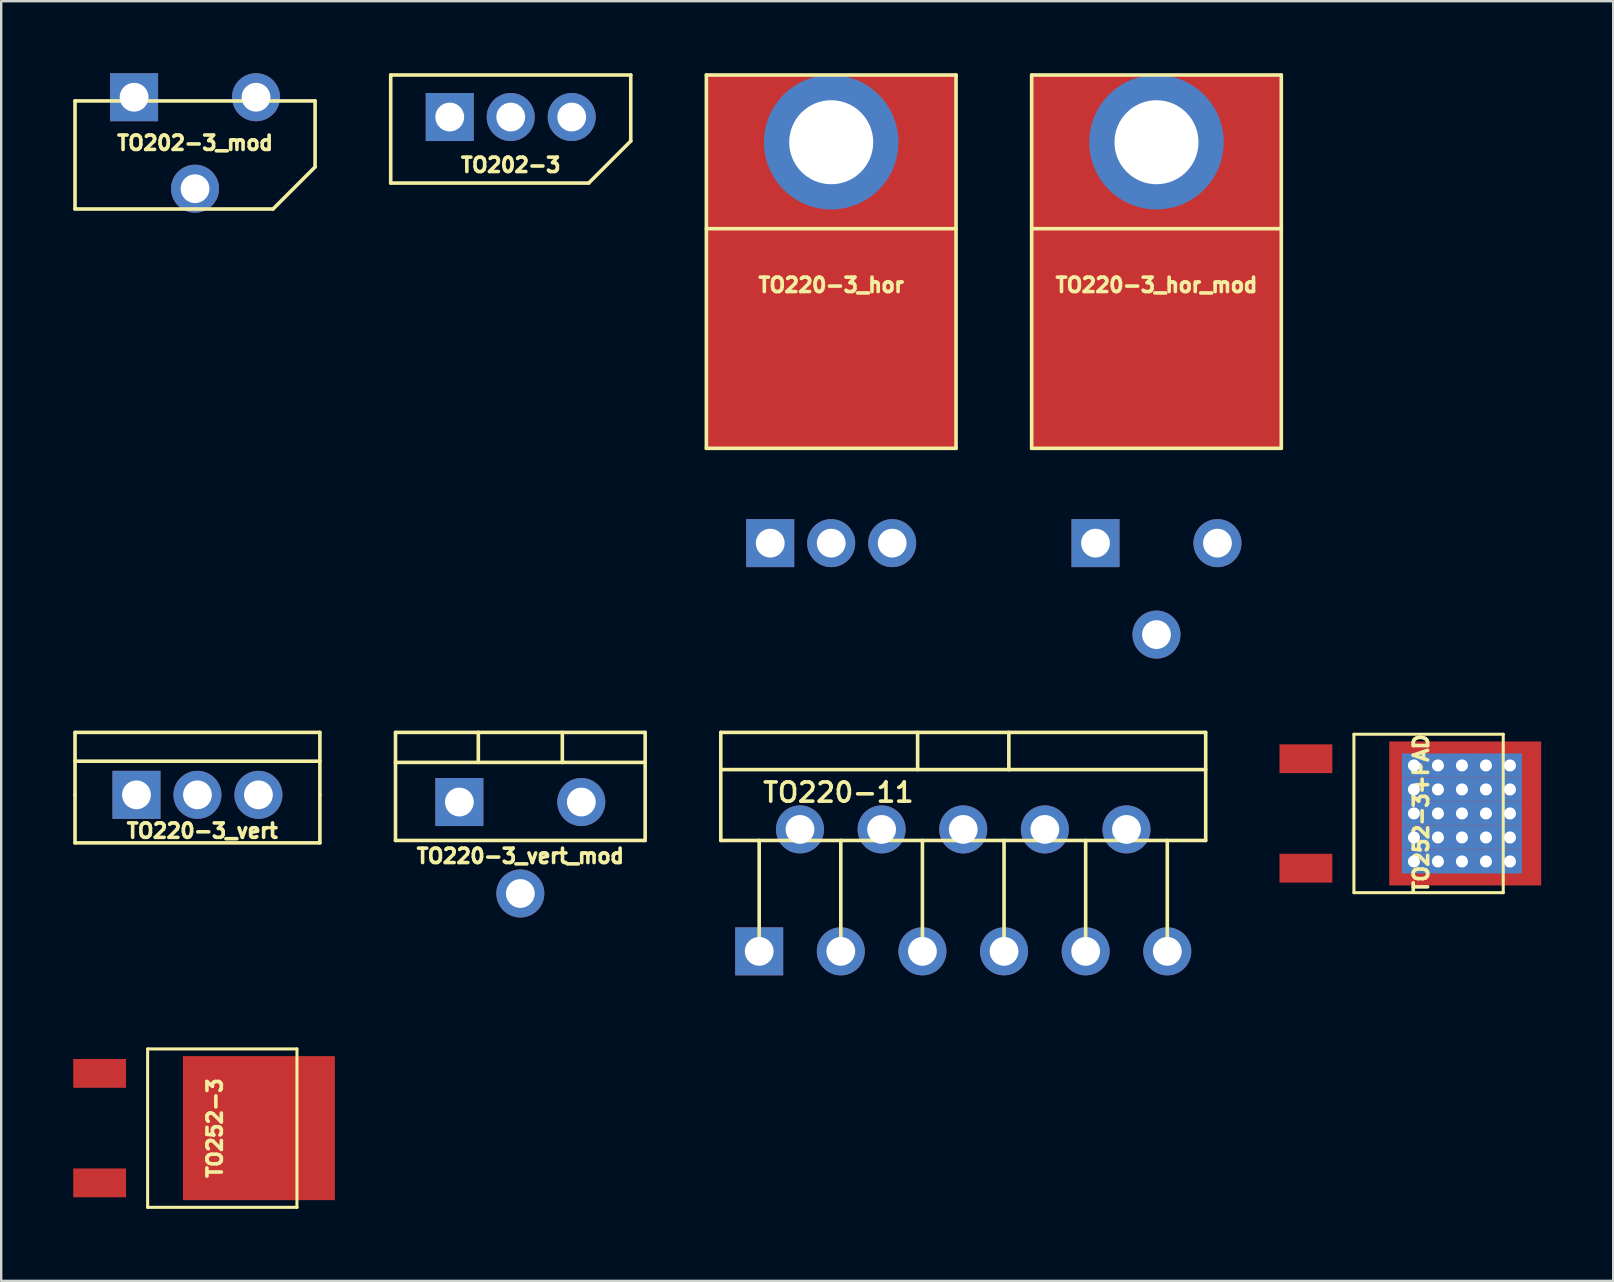
<source format=kicad_pcb>
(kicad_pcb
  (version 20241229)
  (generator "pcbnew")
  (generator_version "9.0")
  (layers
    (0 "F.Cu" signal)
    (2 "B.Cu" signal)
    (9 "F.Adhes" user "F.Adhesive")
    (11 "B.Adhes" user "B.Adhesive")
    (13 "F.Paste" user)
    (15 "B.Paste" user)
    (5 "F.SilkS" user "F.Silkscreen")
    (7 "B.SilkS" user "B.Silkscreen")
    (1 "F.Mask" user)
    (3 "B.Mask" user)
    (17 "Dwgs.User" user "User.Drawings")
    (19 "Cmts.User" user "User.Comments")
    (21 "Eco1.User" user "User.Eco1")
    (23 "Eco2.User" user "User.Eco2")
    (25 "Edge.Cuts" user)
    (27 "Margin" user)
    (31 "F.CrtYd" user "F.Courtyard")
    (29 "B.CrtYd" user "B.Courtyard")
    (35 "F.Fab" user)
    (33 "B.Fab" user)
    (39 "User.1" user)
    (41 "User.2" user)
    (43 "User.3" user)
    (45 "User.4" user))
  (footprint "TO220-11"
    (layer "F.Cu")
    (at 37.075 31.96)
    (property "Reference" "TO220-11" (at -5.2 -2 0) (layer "F.SilkS") (effects (font (size 0.8 0.8) (thickness 0.15))))
    (attr through_hole)
    (fp_line (start -10.1 -4.5) (end -10.1 0) (stroke (width 0.15) (type solid)) (layer "F.SilkS"))
    (fp_line (start -10.1 -2.95) (end 10.1 -2.95) (stroke (width 0.15) (type solid)) (layer "F.SilkS"))
    (fp_line (start -10.1 0) (end 10.1 0) (stroke (width 0.15) (type solid)) (layer "F.SilkS"))
    (fp_line (start -8.5 0) (end -8.5 4.62) (stroke (width 0.15) (type solid)) (layer "F.SilkS"))
    (fp_line (start -5.1 0) (end -5.1 4.62) (stroke (width 0.15) (type solid)) (layer "F.SilkS"))
    (fp_line (start -1.9 -4.5) (end -1.9 -2.95) (stroke (width 0.15) (type solid)) (layer "F.SilkS"))
    (fp_line (start -1.7 0) (end -1.7 4.62) (stroke (width 0.15) (type solid)) (layer "F.SilkS"))
    (fp_line (start 1.7 0) (end 1.7 4.62) (stroke (width 0.15) (type solid)) (layer "F.SilkS"))
    (fp_line (start 1.9 -4.5) (end 1.9 -2.95) (stroke (width 0.15) (type solid)) (layer "F.SilkS"))
    (fp_line (start 5.1 0) (end 5.1 4.62) (stroke (width 0.15) (type solid)) (layer "F.SilkS"))
    (fp_line (start 8.5 0) (end 8.5 4.62) (stroke (width 0.15) (type solid)) (layer "F.SilkS"))
    (fp_line (start 10.1 -4.5) (end -10.1 -4.5) (stroke (width 0.15) (type solid)) (layer "F.SilkS"))
    (fp_line (start 10.1 0) (end 10.1 -4.5) (stroke (width 0.15) (type solid)) (layer "F.SilkS"))
    (pad "1" thru_hole rect (at -8.5 4.62) (size 2 2) (drill 1.2) (layers "*.Cu" "*.Mask"))
    (pad "2" thru_hole oval (at -6.8 -0.46) (size 2 2) (drill 1.2) (layers "*.Cu" "*.Mask"))
    (pad "3" thru_hole oval (at -5.1 4.62) (size 2 2) (drill 1.2) (layers "*.Cu" "*.Mask"))
    (pad "4" thru_hole oval (at -3.4 -0.46) (size 2 2) (drill 1.2) (layers "*.Cu" "*.Mask"))
    (pad "5" thru_hole oval (at -1.7 4.62) (size 2 2) (drill 1.2) (layers "*.Cu" "*.Mask"))
    (pad "6" thru_hole oval (at 0 -0.46) (size 2 2) (drill 1.2) (layers "*.Cu" "*.Mask"))
    (pad "7" thru_hole oval (at 1.7 4.62) (size 2 2) (drill 1.2) (layers "*.Cu" "*.Mask"))
    (pad "8" thru_hole oval (at 3.4 -0.46) (size 2 2) (drill 1.2) (layers "*.Cu" "*.Mask"))
    (pad "9" thru_hole oval (at 5.1 4.62) (size 2 2) (drill 1.2) (layers "*.Cu" "*.Mask"))
    (pad "10" thru_hole oval (at 6.8 -0.46) (size 2 2) (drill 1.2) (layers "*.Cu" "*.Mask"))
    (pad "11" thru_hole oval (at 8.5 4.62) (size 2 2) (drill 1.2) (layers "*.Cu" "*.Mask")))
  (footprint "TO220-3_vert_mod"
    (layer "F.Cu")
    (at 18.625 30.36)
    (property "Reference" "TO220-3_vert_mod" (at 0 2.25 0) (layer "F.SilkS") (effects (font (size 0.6 0.6) (thickness 0.15))))
    (attr through_hole)
    (fp_line (start -5.2 -2.9) (end 5.2 -2.9) (stroke (width 0.15) (type solid)) (layer "F.SilkS"))
    (fp_line (start -5.2 1.6) (end -5.2 -2.9) (stroke (width 0.15) (type solid)) (layer "F.SilkS"))
    (fp_line (start -1.75 -2.9) (end -1.75 -1.65) (stroke (width 0.15) (type solid)) (layer "F.SilkS"))
    (fp_line (start 1.75 -2.9) (end 1.75 -1.65) (stroke (width 0.15) (type solid)) (layer "F.SilkS"))
    (fp_line (start 5.2 -2.9) (end 5.2 1.6) (stroke (width 0.15) (type solid)) (layer "F.SilkS"))
    (fp_line (start 5.2 -1.65) (end -5.2 -1.65) (stroke (width 0.15) (type solid)) (layer "F.SilkS"))
    (fp_line (start 5.2 1.6) (end -5.2 1.6) (stroke (width 0.15) (type solid)) (layer "F.SilkS"))
    (pad "1" thru_hole rect (at -2.54 0) (size 2 2) (drill 1.2) (layers "*.Cu" "*.Mask"))
    (pad "2" thru_hole circle (at 0 3.81) (size 2 2) (drill 1.2) (layers "*.Cu" "*.Mask"))
    (pad "3" thru_hole circle (at 2.54 0) (size 2 2) (drill 1.2) (layers "*.Cu" "*.Mask")))
  (footprint "TO220-3_hor_mod"
    (layer "F.Cu")
    (at 45.125 19.575)
    (property "Reference" "TO220-3_hor_mod" (at 0 -10.75 0) (layer "F.SilkS") (effects (font (size 0.6 0.6) (thickness 0.15))))
    (attr through_hole)
    (fp_line (start -5.2 -19.5) (end -5.2 -3.95) (stroke (width 0.15) (type solid)) (layer "F.SilkS"))
    (fp_line (start -5.2 -19.5) (end 5.2 -19.5) (stroke (width 0.15) (type solid)) (layer "F.SilkS"))
    (fp_line (start 5.2 -19.5) (end 5.2 -3.95) (stroke (width 0.15) (type solid)) (layer "F.SilkS"))
    (fp_line (start 5.2 -13.1) (end -5.2 -13.1) (stroke (width 0.15) (type solid)) (layer "F.SilkS"))
    (fp_line (start 5.2 -3.95) (end -5.2 -3.95) (stroke (width 0.15) (type solid)) (layer "F.SilkS"))
    (pad "" thru_hole circle (at 0 -16.7) (size 5.6 5.6) (drill 3.5) (layers "*.Cu" "*.Mask"))
    (pad "" smd rect (at 0 -11.725) (size 10.4 15.55) (layers "F.Cu" "F.Mask"))
    (pad "1" thru_hole rect (at -2.54 0) (size 2 2) (drill 1.2) (layers "*.Cu" "*.Mask"))
    (pad "2" thru_hole circle (at 0 3.81) (size 2 2) (drill 1.2) (layers "*.Cu" "*.Mask"))
    (pad "3" thru_hole circle (at 2.54 0) (size 2 2) (drill 1.2) (layers "*.Cu" "*.Mask")))
  (footprint "TO220-3_vert"
    (layer "F.Cu")
    (at 5.175 30.06)
    (property "Reference" "TO220-3_vert" (at 0.2 1.5 0) (layer "F.SilkS") (effects (font (size 0.6 0.6) (thickness 0.15))))
    (attr through_hole)
    (fp_line (start -5.1 -2.6) (end 5.1 -2.6) (stroke (width 0.15) (type solid)) (layer "F.SilkS"))
    (fp_line (start -5.1 0) (end -5.1 -2.6) (stroke (width 0.15) (type solid)) (layer "F.SilkS"))
    (fp_line (start -5.1 2) (end -5.1 0) (stroke (width 0.15) (type solid)) (layer "F.SilkS"))
    (fp_line (start 5.1 -2.6) (end 5.1 0) (stroke (width 0.15) (type solid)) (layer "F.SilkS"))
    (fp_line (start 5.1 -1.4) (end -5.1 -1.4) (stroke (width 0.15) (type solid)) (layer "F.SilkS"))
    (fp_line (start 5.1 0) (end 5.1 2) (stroke (width 0.15) (type solid)) (layer "F.SilkS"))
    (fp_line (start 5.1 2) (end -5.1 2) (stroke (width 0.15) (type solid)) (layer "F.SilkS"))
    (pad "1" thru_hole rect (at -2.54 0) (size 2 2) (drill 1.2) (layers "*.Cu" "*.Mask"))
    (pad "2" thru_hole circle (at 0 0) (size 2 2) (drill 1.2) (layers "*.Cu" "*.Mask"))
    (pad "3" thru_hole circle (at 2.54 0) (size 2 2) (drill 1.2) (layers "*.Cu" "*.Mask")))
  (footprint "TO252-3"
    (layer "F.Cu")
    (at 5.4 43.944)
    (property "Reference" "TO252-3" (at 0.5 0 270) (layer "F.SilkS") (effects (font (size 0.6 0.6) (thickness 0.15))))
    (attr smd)
    (fp_line (start -2.3 -3.3) (end 3.92 -3.3) (stroke (width 0.127) (type solid)) (layer "F.SilkS"))
    (fp_line (start -2.3 3.3) (end -2.3 -3.3) (stroke (width 0.127) (type solid)) (layer "F.SilkS"))
    (fp_line (start 3.92 -3.3) (end 3.92 3.3) (stroke (width 0.127) (type solid)) (layer "F.SilkS"))
    (fp_line (start 3.92 3.3) (end -2.3 3.3) (stroke (width 0.127) (type solid)) (layer "F.SilkS"))
    (pad "1" smd rect (at -4.3 -2.28 90) (size 1.2 2.2) (layers "F.Cu" "F.Mask" "F.Paste"))
    (pad "2" smd rect (at 2.335 0 90) (size 6 6.33) (layers "F.Cu" "F.Mask" "F.Paste"))
    (pad "3" smd rect (at -4.3 2.28 90) (size 1.2 2.2) (layers "F.Cu" "F.Mask" "F.Paste")))
  (footprint "TO252-3+PAD"
    (layer "F.Cu")
    (at 55.65 30.836)
    (property "Reference" "TO252-3+PAD" (at 0.5 0 270) (layer "F.SilkS") (effects (font (size 0.6 0.6) (thickness 0.15))))
    (attr smd)
    (fp_line (start -2.3 -3.3) (end 3.92 -3.3) (stroke (width 0.127) (type solid)) (layer "F.SilkS"))
    (fp_line (start -2.3 3.3) (end -2.3 -3.3) (stroke (width 0.127) (type solid)) (layer "F.SilkS"))
    (fp_line (start 3.92 -3.3) (end 3.92 3.3) (stroke (width 0.127) (type solid)) (layer "F.SilkS"))
    (fp_line (start 3.92 3.3) (end -2.3 3.3) (stroke (width 0.127) (type solid)) (layer "F.SilkS"))
    (pad "1" smd rect (at -4.3 -2.28 90) (size 1.2 2.2) (layers "F.Cu" "F.Mask" "F.Paste"))
    (pad "2" thru_hole rect (at 0.2 -2 270) (size 1 1) (drill 0.5) (layers "*.Cu" "*.Mask" "F.Paste"))
    (pad "2" thru_hole rect (at 0.2 -1 270) (size 1 1) (drill 0.5) (layers "*.Cu" "*.Mask" "F.Paste"))
    (pad "2" thru_hole rect (at 0.2 0 270) (size 1 1) (drill 0.5) (layers "*.Cu" "*.Mask" "F.Paste"))
    (pad "2" thru_hole rect (at 0.2 1 270) (size 1 1) (drill 0.5) (layers "*.Cu" "*.Mask" "F.Paste"))
    (pad "2" thru_hole rect (at 0.2 2 270) (size 1 1) (drill 0.5) (layers "*.Cu" "*.Mask" "F.Paste"))
    (pad "2" thru_hole rect (at 1.2 -2 270) (size 1 1) (drill 0.5) (layers "*.Cu" "*.Mask" "F.Paste"))
    (pad "2" thru_hole rect (at 1.2 -1 270) (size 1 1) (drill 0.5) (layers "*.Cu" "*.Mask" "F.Paste"))
    (pad "2" thru_hole rect (at 1.2 0 270) (size 1 1) (drill 0.5) (layers "*.Cu" "*.Mask" "F.Paste"))
    (pad "2" thru_hole rect (at 1.2 1 270) (size 1 1) (drill 0.5) (layers "*.Cu" "*.Mask" "F.Paste"))
    (pad "2" thru_hole rect (at 1.2 2 270) (size 1 1) (drill 0.5) (layers "*.Cu" "*.Mask" "F.Paste"))
    (pad "2" thru_hole rect (at 2.2 -2 270) (size 1 1) (drill 0.5) (layers "*.Cu" "*.Mask" "F.Paste"))
    (pad "2" thru_hole rect (at 2.2 -1 270) (size 1 1) (drill 0.5) (layers "*.Cu" "*.Mask" "F.Paste"))
    (pad "2" thru_hole rect (at 2.2 0 270) (size 1 1) (drill 0.5) (layers "*.Cu" "*.Mask" "F.Paste"))
    (pad "2" thru_hole rect (at 2.2 1 270) (size 1 1) (drill 0.5) (layers "*.Cu" "*.Mask" "F.Paste"))
    (pad "2" thru_hole rect (at 2.2 2 270) (size 1 1) (drill 0.5) (layers "*.Cu" "*.Mask" "F.Paste"))
    (pad "2" smd rect (at 2.335 0 90) (size 6 6.33) (layers "F.Cu" "F.Mask" "F.Paste"))
    (pad "2" thru_hole rect (at 3.2 -2 270) (size 1 1) (drill 0.5) (layers "*.Cu" "*.Mask" "F.Paste"))
    (pad "2" thru_hole rect (at 3.2 -1 270) (size 1 1) (drill 0.5) (layers "*.Cu" "*.Mask" "F.Paste"))
    (pad "2" thru_hole rect (at 3.2 0 270) (size 1 1) (drill 0.5) (layers "*.Cu" "*.Mask" "F.Paste"))
    (pad "2" thru_hole rect (at 3.2 1 270) (size 1 1) (drill 0.5) (layers "*.Cu" "*.Mask" "F.Paste"))
    (pad "2" thru_hole rect (at 3.2 2 270) (size 1 1) (drill 0.5) (layers "*.Cu" "*.Mask" "F.Paste"))
    (pad "2" thru_hole rect (at 4.2 -2 270) (size 1 1) (drill 0.5) (layers "*.Cu" "*.Mask" "F.Paste"))
    (pad "2" thru_hole rect (at 4.2 -1 270) (size 1 1) (drill 0.5) (layers "*.Cu" "*.Mask" "F.Paste"))
    (pad "2" thru_hole rect (at 4.2 0 270) (size 1 1) (drill 0.5) (layers "*.Cu" "*.Mask" "F.Paste"))
    (pad "2" thru_hole rect (at 4.2 1 270) (size 1 1) (drill 0.5) (layers "*.Cu" "*.Mask" "F.Paste"))
    (pad "2" thru_hole rect (at 4.2 2 270) (size 1 1) (drill 0.5) (layers "*.Cu" "*.Mask" "F.Paste"))
    (pad "3" smd rect (at -4.3 2.28 90) (size 1.2 2.2) (layers "F.Cu" "F.Mask" "F.Paste")))
  (footprint "TO202-3_mod"
    (layer "F.Cu")
    (at 5.075 2.905)
    (property "Reference" "TO202-3_mod" (at 0 0 0) (layer "F.SilkS") (effects (font (size 0.6 0.6) (thickness 0.15))))
    (attr through_hole)
    (fp_line (start -5 2.75) (end -5 -1.75) (stroke (width 0.15) (type solid)) (layer "F.SilkS"))
    (fp_line (start 3.25 2.75) (end -5 2.75) (stroke (width 0.15) (type solid)) (layer "F.SilkS"))
    (fp_line (start 5 -1.75) (end -5 -1.75) (stroke (width 0.15) (type solid)) (layer "F.SilkS"))
    (fp_line (start 5 -1.75) (end 5 1) (stroke (width 0.15) (type solid)) (layer "F.SilkS"))
    (fp_line (start 5 1) (end 3.25 2.75) (stroke (width 0.15) (type solid)) (layer "F.SilkS"))
    (pad "1" thru_hole rect (at -2.54 -1.905) (size 2 2) (drill 1.2) (layers "*.Cu" "*.Mask"))
    (pad "2" thru_hole circle (at 0 1.905) (size 2 2) (drill 1.2) (layers "*.Cu" "*.Mask"))
    (pad "3" thru_hole circle (at 2.54 -1.905) (size 2 2) (drill 1.2) (layers "*.Cu" "*.Mask")))
  (footprint "TO220-3_hor"
    (layer "F.Cu")
    (at 31.575 19.575)
    (property "Reference" "TO220-3_hor" (at 0 -10.75 0) (layer "F.SilkS") (effects (font (size 0.6 0.6) (thickness 0.15))))
    (attr through_hole)
    (fp_line (start -5.2 -19.5) (end -5.2 -3.95) (stroke (width 0.15) (type solid)) (layer "F.SilkS"))
    (fp_line (start -5.2 -19.5) (end 5.2 -19.5) (stroke (width 0.15) (type solid)) (layer "F.SilkS"))
    (fp_line (start 5.2 -19.5) (end 5.2 -3.95) (stroke (width 0.15) (type solid)) (layer "F.SilkS"))
    (fp_line (start 5.2 -13.1) (end -5.2 -13.1) (stroke (width 0.15) (type solid)) (layer "F.SilkS"))
    (fp_line (start 5.2 -3.95) (end -5.2 -3.95) (stroke (width 0.15) (type solid)) (layer "F.SilkS"))
    (pad "" thru_hole circle (at 0 -16.7) (size 5.6 5.6) (drill 3.5) (layers "*.Cu" "*.Mask"))
    (pad "" smd rect (at 0 -11.725) (size 10.4 15.55) (layers "F.Cu" "F.Mask"))
    (pad "1" thru_hole rect (at -2.54 0) (size 2 2) (drill 1.2) (layers "*.Cu" "*.Mask"))
    (pad "2" thru_hole circle (at 0 0) (size 2 2) (drill 1.2) (layers "*.Cu" "*.Mask"))
    (pad "3" thru_hole circle (at 2.54 0) (size 2 2) (drill 1.2) (layers "*.Cu" "*.Mask")))
  (footprint "TO202-3"
    (layer "F.Cu")
    (at 18.225 1.825)
    (property "Reference" "TO202-3" (at 0 2 0) (layer "F.SilkS") (effects (font (size 0.6 0.6) (thickness 0.15))))
    (attr through_hole)
    (fp_line (start -5 2.75) (end -5 -1.75) (stroke (width 0.15) (type solid)) (layer "F.SilkS"))
    (fp_line (start 3.25 2.75) (end -5 2.75) (stroke (width 0.15) (type solid)) (layer "F.SilkS"))
    (fp_line (start 5 -1.75) (end -5 -1.75) (stroke (width 0.15) (type solid)) (layer "F.SilkS"))
    (fp_line (start 5 -1.75) (end 5 1) (stroke (width 0.15) (type solid)) (layer "F.SilkS"))
    (fp_line (start 5 1) (end 3.25 2.75) (stroke (width 0.15) (type solid)) (layer "F.SilkS"))
    (pad "1" thru_hole rect (at -2.54 0) (size 2 2) (drill 1.2) (layers "*.Cu" "*.Mask"))
    (pad "2" thru_hole circle (at 0 0) (size 2 2) (drill 1.2) (layers "*.Cu" "*.Mask"))
    (pad "3" thru_hole circle (at 2.54 0) (size 2 2) (drill 1.2) (layers "*.Cu" "*.Mask")))
  (gr_rect
    (start -3 -3)
    (end 64.15 50.307)
    (stroke (width 0.1) (type default))
    (fill no)
    (layer "Edge.Cuts")))
</source>
